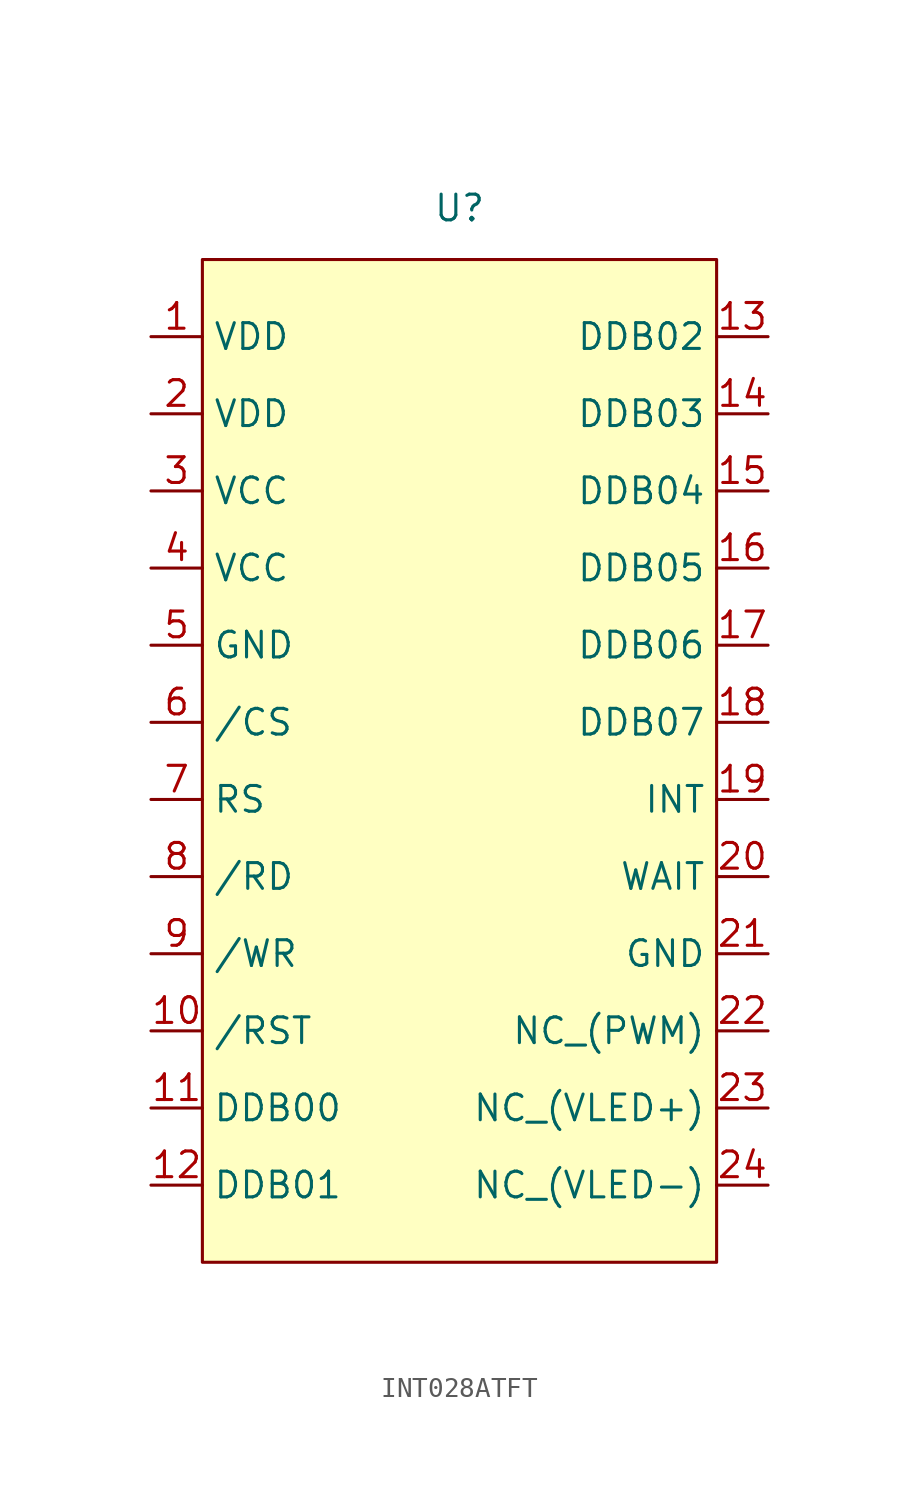
<source format=kicad_sym>
(kicad_symbol_lib
  (version 20220914)
  (generator kicad_symbol_editor)
  (symbol "INT028ATFT"
    (property "Reference" "U"
      (at 12.7 6.35 0)
      (effects (font (size 1.27 1.27))))
    (property "Value" ""
      (at 0 0 0)
      (effects (font (size 1.27 1.27))))
    (symbol "INT028ATFT_1_1"
      (rectangle (start 0 3.81) (end 25.4 -45.72) (stroke (width 0) (type default)) (fill (type background)))
      (pin power_in line (at -2.54 0 0) (length 2.54) (name "VDD" (effects (font (size 1.27 1.27)))) (number "1" (effects (font (size 1.27 1.27)))))
      (pin input line (at -2.54 -34.29 0) (length 2.54) (name "/RST" (effects (font (size 1.27 1.27)))) (number "10" (effects (font (size 1.27 1.27)))))
      (pin passive line (at -2.54 -38.1 0) (length 2.54) (name "DDB00" (effects (font (size 1.27 1.27)))) (number "11" (effects (font (size 1.27 1.27)))))
      (pin passive line (at -2.54 -41.91 0) (length 2.54) (name "DDB01" (effects (font (size 1.27 1.27)))) (number "12" (effects (font (size 1.27 1.27)))))
      (pin passive line (at 27.94 0 180) (length 2.54) (name "DDB02" (effects (font (size 1.27 1.27)))) (number "13" (effects (font (size 1.27 1.27)))))
      (pin passive line (at 27.94 -3.81 180) (length 2.54) (name "DDB03" (effects (font (size 1.27 1.27)))) (number "14" (effects (font (size 1.27 1.27)))))
      (pin passive line (at 27.94 -7.62 180) (length 2.54) (name "DDB04" (effects (font (size 1.27 1.27)))) (number "15" (effects (font (size 1.27 1.27)))))
      (pin passive line (at 27.94 -11.43 180) (length 2.54) (name "DDB05" (effects (font (size 1.27 1.27)))) (number "16" (effects (font (size 1.27 1.27)))))
      (pin passive line (at 27.94 -15.24 180) (length 2.54) (name "DDB06" (effects (font (size 1.27 1.27)))) (number "17" (effects (font (size 1.27 1.27)))))
      (pin passive line (at 27.94 -19.05 180) (length 2.54) (name "DDB07" (effects (font (size 1.27 1.27)))) (number "18" (effects (font (size 1.27 1.27)))))
      (pin output line (at 27.94 -22.86 180) (length 2.54) (name "INT" (effects (font (size 1.27 1.27)))) (number "19" (effects (font (size 1.27 1.27)))))
      (pin power_in line (at -2.54 -3.81 0) (length 2.54) (name "VDD" (effects (font (size 1.27 1.27)))) (number "2" (effects (font (size 1.27 1.27)))))
      (pin output line (at 27.94 -26.67 180) (length 2.54) (name "WAIT" (effects (font (size 1.27 1.27)))) (number "20" (effects (font (size 1.27 1.27)))))
      (pin power_in line (at 27.94 -30.48 180) (length 2.54) (name "GND" (effects (font (size 1.27 1.27)))) (number "21" (effects (font (size 1.27 1.27)))))
      (pin passive line (at 27.94 -34.29 180) (length 2.54) (name "NC_(PWM)" (effects (font (size 1.27 1.27)))) (number "22" (effects (font (size 1.27 1.27)))))
      (pin passive line (at 27.94 -38.1 180) (length 2.54) (name "NC_(VLED+)" (effects (font (size 1.27 1.27)))) (number "23" (effects (font (size 1.27 1.27)))))
      (pin passive line (at 27.94 -41.91 180) (length 2.54) (name "NC_(VLED-)" (effects (font (size 1.27 1.27)))) (number "24" (effects (font (size 1.27 1.27)))))
      (pin power_in line (at -2.54 -7.62 0) (length 2.54) (name "VCC" (effects (font (size 1.27 1.27)))) (number "3" (effects (font (size 1.27 1.27)))))
      (pin power_in line (at -2.54 -11.43 0) (length 2.54) (name "VCC" (effects (font (size 1.27 1.27)))) (number "4" (effects (font (size 1.27 1.27)))))
      (pin power_in line (at -2.54 -15.24 0) (length 2.54) (name "GND" (effects (font (size 1.27 1.27)))) (number "5" (effects (font (size 1.27 1.27)))))
      (pin input line (at -2.54 -19.05 0) (length 2.54) (name "/CS" (effects (font (size 1.27 1.27)))) (number "6" (effects (font (size 1.27 1.27)))))
      (pin input line (at -2.54 -22.86 0) (length 2.54) (name "RS" (effects (font (size 1.27 1.27)))) (number "7" (effects (font (size 1.27 1.27)))))
      (pin input line (at -2.54 -26.67 0) (length 2.54) (name "/RD" (effects (font (size 1.27 1.27)))) (number "8" (effects (font (size 1.27 1.27)))))
      (pin input line (at -2.54 -30.48 0) (length 2.54) (name "/WR" (effects (font (size 1.27 1.27)))) (number "9" (effects (font (size 1.27 1.27))))))))
</source>
